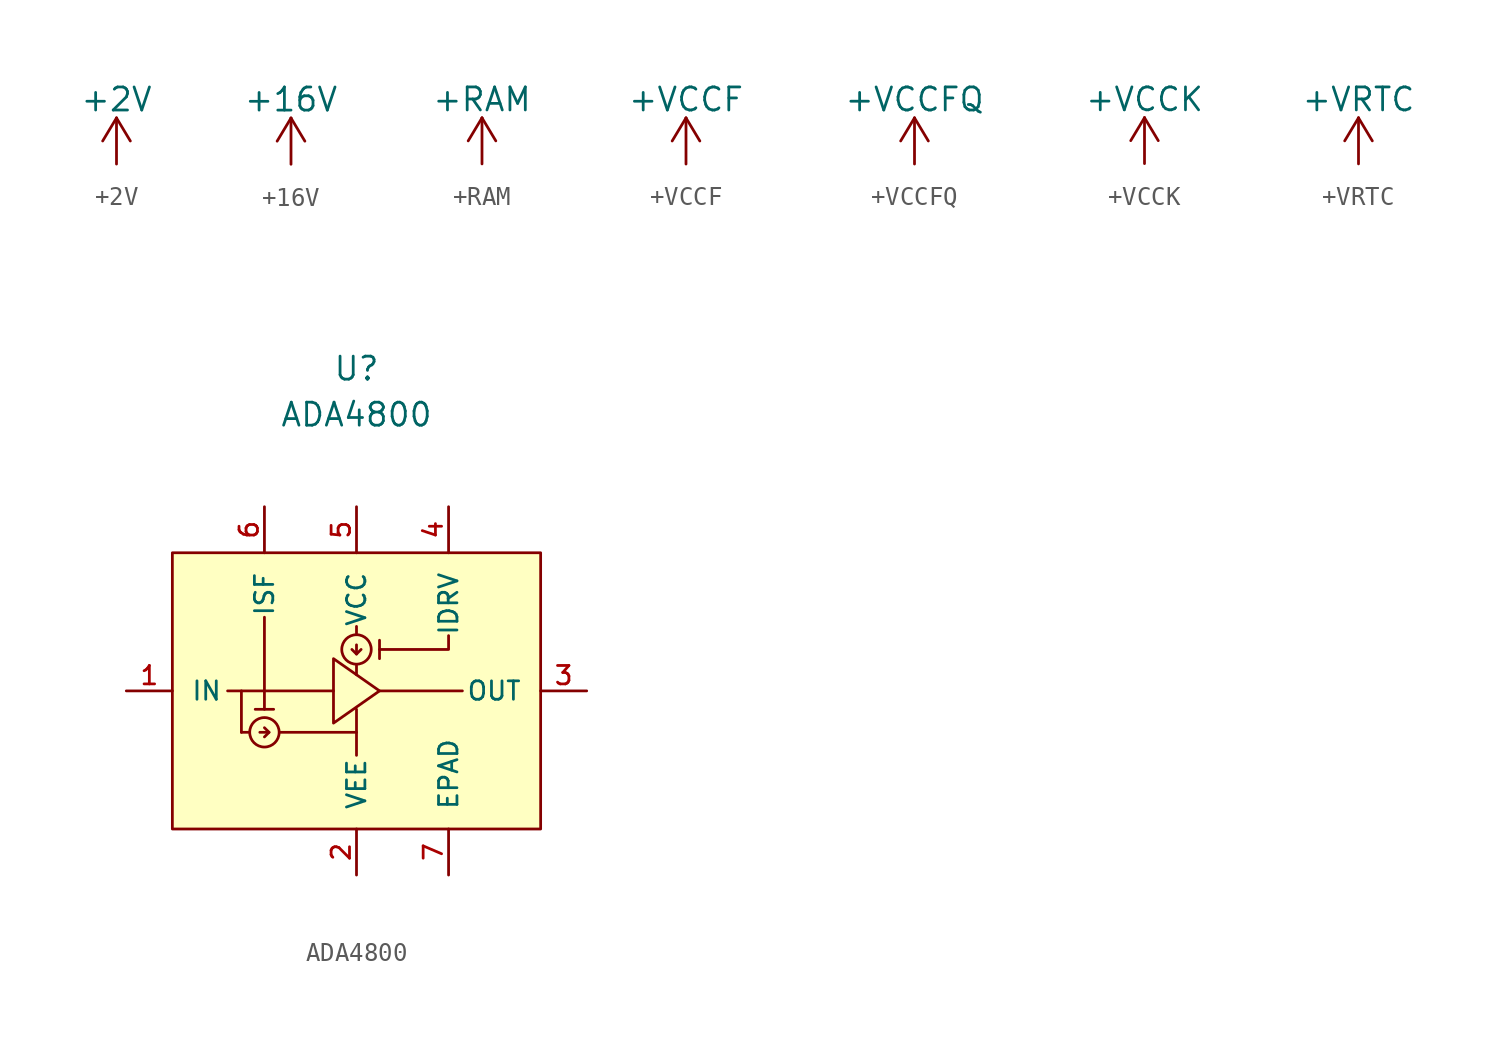
<source format=kicad_sym>
(kicad_symbol_lib
  (version 20210619)
  (generator kicad_symbol_editor)
  (symbol "symbols:+2V"
    (power)
    (pin_names
      (offset 0))
    (property "Reference" "#PWR"
      (at 0 -3.81 0)
      (effects (font (size 1.27 1.27)) hide))
    (property "Value" "+2V"
      (at 0 3.556 0)
      (effects (font (size 1.27 1.27))))
    (symbol "+2V_0_1"
      (polyline (pts (xy -0.762 1.27) (xy 0 2.54)) (stroke (width 0)) (fill (type none)))
      (polyline (pts (xy 0 0) (xy 0 2.54)) (stroke (width 0)) (fill (type none)))
      (polyline (pts (xy 0 2.54) (xy 0.762 1.27)) (stroke (width 0)) (fill (type none))))
    (symbol "+2V_1_1"
      (pin power_in line (at 0 0 90) (length 0) hide (name "+2V" (effects (font (size 1.27 1.27)))) (number "1" (effects (font (size 1.27 1.27)))))))
  (symbol "symbols:+16V"
    (power)
    (pin_names
      (offset 0))
    (property "Reference" "#PWR"
      (at 0 -3.81 0)
      (effects (font (size 1.27 1.27)) hide))
    (property "Value" "+16V"
      (at 0 3.556 0)
      (effects (font (size 1.27 1.27))))
    (symbol "+16V_0_1"
      (polyline (pts (xy -0.762 1.27) (xy 0 2.54)) (stroke (width 0)) (fill (type none)))
      (polyline (pts (xy 0 0) (xy 0 2.54)) (stroke (width 0)) (fill (type none)))
      (polyline (pts (xy 0 2.54) (xy 0.762 1.27)) (stroke (width 0)) (fill (type none))))
    (symbol "+16V_1_1"
      (pin power_in line (at 0 0 90) (length 0) hide (name "+16V" (effects (font (size 1.27 1.27)))) (number "1" (effects (font (size 1.27 1.27)))))))
  (symbol "symbols:+RAM"
    (power)
    (pin_names
      (offset 0))
    (property "Reference" "#PWR"
      (at 0 -3.81 0)
      (effects (font (size 1.27 1.27)) hide))
    (property "Value" "+RAM"
      (at 0 3.556 0)
      (effects (font (size 1.27 1.27))))
    (symbol "+RAM_0_1"
      (polyline (pts (xy -0.762 1.27) (xy 0 2.54)) (stroke (width 0)) (fill (type none)))
      (polyline (pts (xy 0 0) (xy 0 2.54)) (stroke (width 0)) (fill (type none)))
      (polyline (pts (xy 0 2.54) (xy 0.762 1.27)) (stroke (width 0)) (fill (type none))))
    (symbol "+RAM_1_1"
      (pin power_in line (at 0 0 90) (length 0) hide (name "+RAM" (effects (font (size 1.27 1.27)))) (number "1" (effects (font (size 1.27 1.27)))))))
  (symbol "symbols:+VCCF"
    (power)
    (pin_names
      (offset 0))
    (property "Reference" "#PWR"
      (at 0 -3.81 0)
      (effects (font (size 1.27 1.27)) hide))
    (property "Value" "+VCCF"
      (at 0 3.556 0)
      (effects (font (size 1.27 1.27))))
    (symbol "+VCCF_0_1"
      (polyline (pts (xy -0.762 1.27) (xy 0 2.54)) (stroke (width 0)) (fill (type none)))
      (polyline (pts (xy 0 0) (xy 0 2.54)) (stroke (width 0)) (fill (type none)))
      (polyline (pts (xy 0 2.54) (xy 0.762 1.27)) (stroke (width 0)) (fill (type none))))
    (symbol "+VCCF_1_1"
      (pin power_in line (at 0 0 90) (length 0) hide (name "+VCCF" (effects (font (size 1.27 1.27)))) (number "1" (effects (font (size 1.27 1.27)))))))
  (symbol "symbols:+VCCFQ"
    (power)
    (pin_names
      (offset 0))
    (property "Reference" "#PWR"
      (at 0 -3.81 0)
      (effects (font (size 1.27 1.27)) hide))
    (property "Value" "+VCCFQ"
      (at 0 3.556 0)
      (effects (font (size 1.27 1.27))))
    (symbol "+VCCFQ_0_1"
      (polyline (pts (xy -0.762 1.27) (xy 0 2.54)) (stroke (width 0)) (fill (type none)))
      (polyline (pts (xy 0 0) (xy 0 2.54)) (stroke (width 0)) (fill (type none)))
      (polyline (pts (xy 0 2.54) (xy 0.762 1.27)) (stroke (width 0)) (fill (type none))))
    (symbol "+VCCFQ_1_1"
      (pin power_in line (at 0 0 90) (length 0) hide (name "+VCCFQ" (effects (font (size 1.27 1.27)))) (number "1" (effects (font (size 1.27 1.27)))))))
  (symbol "symbols:+VCCK"
    (power)
    (pin_names
      (offset 0))
    (property "Reference" "#PWR"
      (at 0 -3.81 0)
      (effects (font (size 1.27 1.27)) hide))
    (property "Value" "+VCCK"
      (at 0 3.556 0)
      (effects (font (size 1.27 1.27))))
    (symbol "+VCCK_0_1"
      (polyline (pts (xy -0.762 1.27) (xy 0 2.54)) (stroke (width 0)) (fill (type none)))
      (polyline (pts (xy 0 0) (xy 0 2.54)) (stroke (width 0)) (fill (type none)))
      (polyline (pts (xy 0 2.54) (xy 0.762 1.27)) (stroke (width 0)) (fill (type none))))
    (symbol "+VCCK_1_1"
      (pin power_in line (at 0 0 90) (length 0) hide (name "+VCCK" (effects (font (size 1.27 1.27)))) (number "1" (effects (font (size 1.27 1.27)))))))
  (symbol "symbols:+VRTC"
    (power)
    (pin_names
      (offset 0))
    (property "Reference" "#PWR"
      (at 0 -3.81 0)
      (effects (font (size 1.27 1.27)) hide))
    (property "Value" "+VRTC"
      (at 0 3.556 0)
      (effects (font (size 1.27 1.27))))
    (symbol "+VRTC_0_1"
      (polyline (pts (xy -0.762 1.27) (xy 0 2.54)) (stroke (width 0)) (fill (type none)))
      (polyline (pts (xy 0 0) (xy 0 2.54)) (stroke (width 0)) (fill (type none)))
      (polyline (pts (xy 0 2.54) (xy 0.762 1.27)) (stroke (width 0)) (fill (type none))))
    (symbol "+VRTC_1_1"
      (pin power_in line (at 0 0 90) (length 0) hide (name "+VRTC" (effects (font (size 1.27 1.27)))) (number "1" (effects (font (size 1.27 1.27)))))))
  (symbol "symbols:ADA4800"
    (pin_names
      (offset 1.016))
    (property "Reference" "U"
      (at 0 0 0)
      (effects (font (size 1.27 1.27))))
    (property "Value" "ADA4800"
      (at 0 -2.54 0)
      (effects (font (size 1.27 1.27))))
    (symbol "ADA4800_0_1"
      (circle (center 0 -15.494) (radius 0.813) (stroke (width 0)) (fill (type none)))
      (rectangle (start -10.16 -10.16) (end 10.16 -25.4) (stroke (width 0)) (fill (type background)))
      (polyline (pts (xy -7.112 -17.78) (xy -1.27 -17.78)) (stroke (width 0)) (fill (type none)))
      (polyline (pts (xy -6.35 -20.066) (xy -6.35 -17.78)) (stroke (width 0)) (fill (type none)))
      (polyline (pts (xy -6.35 -20.066) (xy -5.969 -20.066)) (stroke (width 0)) (fill (type none)))
      (polyline (pts (xy -5.588 -18.796) (xy -4.572 -18.796)) (stroke (width 0)) (fill (type none)))
      (polyline (pts (xy -5.08 -13.716) (xy -5.08 -18.796)) (stroke (width 0)) (fill (type none)))
      (polyline (pts (xy -4.191 -20.066) (xy 0 -20.066)) (stroke (width 0)) (fill (type none)))
      (polyline (pts (xy 0 -21.336) (xy 0 -18.796)) (stroke (width 0)) (fill (type none)))
      (polyline (pts (xy 0 -16.383) (xy 0 -16.891)) (stroke (width 0)) (fill (type none)))
      (polyline (pts (xy 0 -15.24) (xy 0 -15.748)) (stroke (width 0)) (fill (type none)))
      (polyline (pts (xy 0 -14.605) (xy 0 -14.224)) (stroke (width 0)) (fill (type none)))
      (polyline (pts (xy 1.27 -17.78) (xy 5.842 -17.78)) (stroke (width 0)) (fill (type none)))
      (polyline (pts (xy 1.27 -14.986) (xy 1.27 -16.002)) (stroke (width 0)) (fill (type none)))
      (polyline (pts (xy -0.254 -15.494) (xy 0 -15.748) (xy 0.254 -15.494)) (stroke (width 0)) (fill (type none)))
      (polyline (pts (xy 1.27 -15.494) (xy 5.08 -15.494) (xy 5.08 -14.732)) (stroke (width 0)) (fill (type none)))
      (polyline (pts (xy -1.27 -19.558) (xy 1.27 -17.78) (xy -1.27 -16.002) (xy -1.27 -19.558)) (stroke (width 0)) (fill (type none))))
    (symbol "ADA4800_1_1"
      (circle (center -5.08 -20.066) (radius 0.813) (stroke (width 0)) (fill (type none)))
      (polyline (pts (xy -5.334 -20.066) (xy -4.826 -20.066)) (stroke (width 0)) (fill (type none)))
      (polyline (pts (xy -5.08 -20.32) (xy -4.826 -20.066) (xy -5.08 -19.812)) (stroke (width 0)) (fill (type none)))
      (pin power_in line (at -12.7 -17.78 0) (length 2.54) (name "IN" (effects (font (size 1.016 1.016)))) (number "1" (effects (font (size 1.016 1.016)))))
      (pin output line (at 0 -27.94 90) (length 2.54) (name "VEE" (effects (font (size 1.016 1.016)))) (number "2" (effects (font (size 1.016 1.016)))))
      (pin output line (at 12.7 -17.78 180) (length 2.54) (name "OUT" (effects (font (size 1.016 1.016)))) (number "3" (effects (font (size 1.016 1.016)))))
      (pin input line (at 5.08 -7.62 270) (length 2.54) (name "IDRV" (effects (font (size 1.016 1.016)))) (number "4" (effects (font (size 1.016 1.016)))))
      (pin input line (at 0 -7.62 270) (length 2.54) (name "VCC" (effects (font (size 1.016 1.016)))) (number "5" (effects (font (size 1.016 1.016)))))
      (pin input line (at -5.08 -7.62 270) (length 2.54) (name "ISF" (effects (font (size 1.016 1.016)))) (number "6" (effects (font (size 1.016 1.016)))))
      (pin output line (at 5.08 -27.94 90) (length 2.54) (name "EPAD" (effects (font (size 1.016 1.016)))) (number "7" (effects (font (size 1.016 1.016))))))))
</source>
